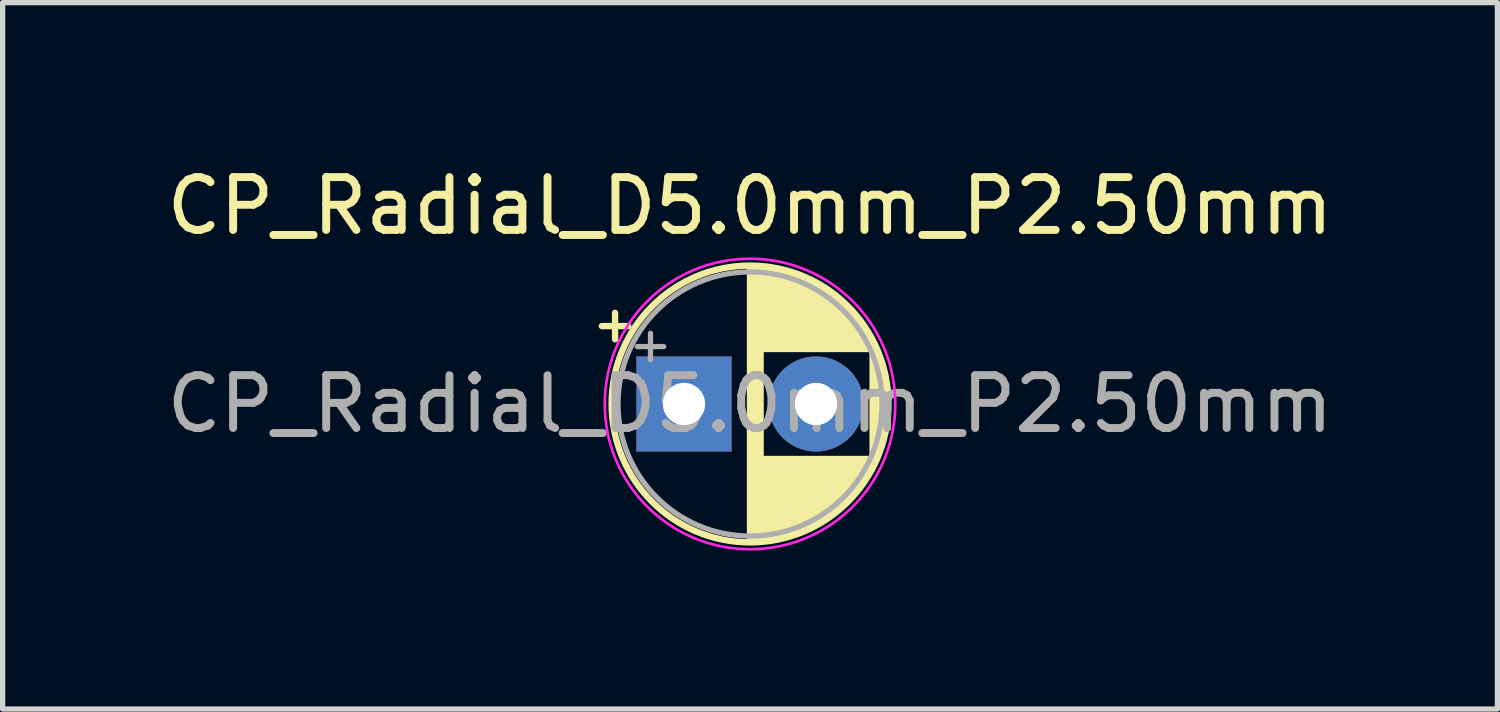
<source format=kicad_pcb>
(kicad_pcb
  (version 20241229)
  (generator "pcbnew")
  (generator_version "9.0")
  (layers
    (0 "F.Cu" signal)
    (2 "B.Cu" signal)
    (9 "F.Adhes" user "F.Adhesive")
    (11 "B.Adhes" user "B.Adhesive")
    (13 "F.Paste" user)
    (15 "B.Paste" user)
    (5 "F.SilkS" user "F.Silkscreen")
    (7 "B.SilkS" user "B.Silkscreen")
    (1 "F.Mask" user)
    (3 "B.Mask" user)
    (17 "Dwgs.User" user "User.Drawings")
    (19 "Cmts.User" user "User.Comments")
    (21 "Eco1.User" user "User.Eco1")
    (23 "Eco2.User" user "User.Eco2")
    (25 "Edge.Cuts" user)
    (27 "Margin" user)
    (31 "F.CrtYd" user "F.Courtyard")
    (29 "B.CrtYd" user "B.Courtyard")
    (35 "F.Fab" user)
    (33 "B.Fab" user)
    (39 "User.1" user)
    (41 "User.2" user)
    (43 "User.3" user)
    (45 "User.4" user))
  (footprint "CP_Radial_D5.0mm_P2.50mm"
    (layer "F.Cu")
    (at 9.899 4.598)
    (property "Reference" "CP_Radial_D5.0mm_P2.50mm" (at 1.25 -3.75 0) (layer "F.SilkS") (effects (font (size 1 1) (thickness 0.15))))
    (attr through_hole)
    (fp_line (start -1.555 -1.475) (end -1.055 -1.475) (stroke (width 0.12) (type solid)) (layer "F.SilkS"))
    (fp_line (start -1.305 -1.725) (end -1.305 -1.225) (stroke (width 0.12) (type solid)) (layer "F.SilkS"))
    (fp_line (start 1.25 -2.58) (end 1.25 2.58) (stroke (width 0.12) (type solid)) (layer "F.SilkS"))
    (fp_line (start 1.29 -2.58) (end 1.29 2.58) (stroke (width 0.12) (type solid)) (layer "F.SilkS"))
    (fp_line (start 1.33 -2.579) (end 1.33 2.579) (stroke (width 0.12) (type solid)) (layer "F.SilkS"))
    (fp_line (start 1.37 -2.578) (end 1.37 2.578) (stroke (width 0.12) (type solid)) (layer "F.SilkS"))
    (fp_line (start 1.41 -2.576) (end 1.41 2.576) (stroke (width 0.12) (type solid)) (layer "F.SilkS"))
    (fp_line (start 1.45 -2.573) (end 1.45 2.573) (stroke (width 0.12) (type solid)) (layer "F.SilkS"))
    (fp_line (start 1.49 -2.569) (end 1.49 -1.04) (stroke (width 0.12) (type solid)) (layer "F.SilkS"))
    (fp_line (start 1.49 1.04) (end 1.49 2.569) (stroke (width 0.12) (type solid)) (layer "F.SilkS"))
    (fp_line (start 1.53 -2.565) (end 1.53 -1.04) (stroke (width 0.12) (type solid)) (layer "F.SilkS"))
    (fp_line (start 1.53 1.04) (end 1.53 2.565) (stroke (width 0.12) (type solid)) (layer "F.SilkS"))
    (fp_line (start 1.57 -2.561) (end 1.57 -1.04) (stroke (width 0.12) (type solid)) (layer "F.SilkS"))
    (fp_line (start 1.57 1.04) (end 1.57 2.561) (stroke (width 0.12) (type solid)) (layer "F.SilkS"))
    (fp_line (start 1.61 -2.556) (end 1.61 -1.04) (stroke (width 0.12) (type solid)) (layer "F.SilkS"))
    (fp_line (start 1.61 1.04) (end 1.61 2.556) (stroke (width 0.12) (type solid)) (layer "F.SilkS"))
    (fp_line (start 1.65 -2.55) (end 1.65 -1.04) (stroke (width 0.12) (type solid)) (layer "F.SilkS"))
    (fp_line (start 1.65 1.04) (end 1.65 2.55) (stroke (width 0.12) (type solid)) (layer "F.SilkS"))
    (fp_line (start 1.69 -2.543) (end 1.69 -1.04) (stroke (width 0.12) (type solid)) (layer "F.SilkS"))
    (fp_line (start 1.69 1.04) (end 1.69 2.543) (stroke (width 0.12) (type solid)) (layer "F.SilkS"))
    (fp_line (start 1.73 -2.536) (end 1.73 -1.04) (stroke (width 0.12) (type solid)) (layer "F.SilkS"))
    (fp_line (start 1.73 1.04) (end 1.73 2.536) (stroke (width 0.12) (type solid)) (layer "F.SilkS"))
    (fp_line (start 1.77 -2.528) (end 1.77 -1.04) (stroke (width 0.12) (type solid)) (layer "F.SilkS"))
    (fp_line (start 1.77 1.04) (end 1.77 2.528) (stroke (width 0.12) (type solid)) (layer "F.SilkS"))
    (fp_line (start 1.81 -2.52) (end 1.81 -1.04) (stroke (width 0.12) (type solid)) (layer "F.SilkS"))
    (fp_line (start 1.81 1.04) (end 1.81 2.52) (stroke (width 0.12) (type solid)) (layer "F.SilkS"))
    (fp_line (start 1.85 -2.511) (end 1.85 -1.04) (stroke (width 0.12) (type solid)) (layer "F.SilkS"))
    (fp_line (start 1.85 1.04) (end 1.85 2.511) (stroke (width 0.12) (type solid)) (layer "F.SilkS"))
    (fp_line (start 1.89 -2.501) (end 1.89 -1.04) (stroke (width 0.12) (type solid)) (layer "F.SilkS"))
    (fp_line (start 1.89 1.04) (end 1.89 2.501) (stroke (width 0.12) (type solid)) (layer "F.SilkS"))
    (fp_line (start 1.93 -2.491) (end 1.93 -1.04) (stroke (width 0.12) (type solid)) (layer "F.SilkS"))
    (fp_line (start 1.93 1.04) (end 1.93 2.491) (stroke (width 0.12) (type solid)) (layer "F.SilkS"))
    (fp_line (start 1.971 -2.48) (end 1.971 -1.04) (stroke (width 0.12) (type solid)) (layer "F.SilkS"))
    (fp_line (start 1.971 1.04) (end 1.971 2.48) (stroke (width 0.12) (type solid)) (layer "F.SilkS"))
    (fp_line (start 2.011 -2.468) (end 2.011 -1.04) (stroke (width 0.12) (type solid)) (layer "F.SilkS"))
    (fp_line (start 2.011 1.04) (end 2.011 2.468) (stroke (width 0.12) (type solid)) (layer "F.SilkS"))
    (fp_line (start 2.051 -2.455) (end 2.051 -1.04) (stroke (width 0.12) (type solid)) (layer "F.SilkS"))
    (fp_line (start 2.051 1.04) (end 2.051 2.455) (stroke (width 0.12) (type solid)) (layer "F.SilkS"))
    (fp_line (start 2.091 -2.442) (end 2.091 -1.04) (stroke (width 0.12) (type solid)) (layer "F.SilkS"))
    (fp_line (start 2.091 1.04) (end 2.091 2.442) (stroke (width 0.12) (type solid)) (layer "F.SilkS"))
    (fp_line (start 2.131 -2.428) (end 2.131 -1.04) (stroke (width 0.12) (type solid)) (layer "F.SilkS"))
    (fp_line (start 2.131 1.04) (end 2.131 2.428) (stroke (width 0.12) (type solid)) (layer "F.SilkS"))
    (fp_line (start 2.171 -2.414) (end 2.171 -1.04) (stroke (width 0.12) (type solid)) (layer "F.SilkS"))
    (fp_line (start 2.171 1.04) (end 2.171 2.414) (stroke (width 0.12) (type solid)) (layer "F.SilkS"))
    (fp_line (start 2.211 -2.398) (end 2.211 -1.04) (stroke (width 0.12) (type solid)) (layer "F.SilkS"))
    (fp_line (start 2.211 1.04) (end 2.211 2.398) (stroke (width 0.12) (type solid)) (layer "F.SilkS"))
    (fp_line (start 2.251 -2.382) (end 2.251 -1.04) (stroke (width 0.12) (type solid)) (layer "F.SilkS"))
    (fp_line (start 2.251 1.04) (end 2.251 2.382) (stroke (width 0.12) (type solid)) (layer "F.SilkS"))
    (fp_line (start 2.291 -2.365) (end 2.291 -1.04) (stroke (width 0.12) (type solid)) (layer "F.SilkS"))
    (fp_line (start 2.291 1.04) (end 2.291 2.365) (stroke (width 0.12) (type solid)) (layer "F.SilkS"))
    (fp_line (start 2.331 -2.348) (end 2.331 -1.04) (stroke (width 0.12) (type solid)) (layer "F.SilkS"))
    (fp_line (start 2.331 1.04) (end 2.331 2.348) (stroke (width 0.12) (type solid)) (layer "F.SilkS"))
    (fp_line (start 2.371 -2.329) (end 2.371 -1.04) (stroke (width 0.12) (type solid)) (layer "F.SilkS"))
    (fp_line (start 2.371 1.04) (end 2.371 2.329) (stroke (width 0.12) (type solid)) (layer "F.SilkS"))
    (fp_line (start 2.411 -2.31) (end 2.411 -1.04) (stroke (width 0.12) (type solid)) (layer "F.SilkS"))
    (fp_line (start 2.411 1.04) (end 2.411 2.31) (stroke (width 0.12) (type solid)) (layer "F.SilkS"))
    (fp_line (start 2.451 -2.29) (end 2.451 -1.04) (stroke (width 0.12) (type solid)) (layer "F.SilkS"))
    (fp_line (start 2.451 1.04) (end 2.451 2.29) (stroke (width 0.12) (type solid)) (layer "F.SilkS"))
    (fp_line (start 2.491 -2.268) (end 2.491 -1.04) (stroke (width 0.12) (type solid)) (layer "F.SilkS"))
    (fp_line (start 2.491 1.04) (end 2.491 2.268) (stroke (width 0.12) (type solid)) (layer "F.SilkS"))
    (fp_line (start 2.531 -2.247) (end 2.531 -1.04) (stroke (width 0.12) (type solid)) (layer "F.SilkS"))
    (fp_line (start 2.531 1.04) (end 2.531 2.247) (stroke (width 0.12) (type solid)) (layer "F.SilkS"))
    (fp_line (start 2.571 -2.224) (end 2.571 -1.04) (stroke (width 0.12) (type solid)) (layer "F.SilkS"))
    (fp_line (start 2.571 1.04) (end 2.571 2.224) (stroke (width 0.12) (type solid)) (layer "F.SilkS"))
    (fp_line (start 2.611 -2.2) (end 2.611 -1.04) (stroke (width 0.12) (type solid)) (layer "F.SilkS"))
    (fp_line (start 2.611 1.04) (end 2.611 2.2) (stroke (width 0.12) (type solid)) (layer "F.SilkS"))
    (fp_line (start 2.651 -2.175) (end 2.651 -1.04) (stroke (width 0.12) (type solid)) (layer "F.SilkS"))
    (fp_line (start 2.651 1.04) (end 2.651 2.175) (stroke (width 0.12) (type solid)) (layer "F.SilkS"))
    (fp_line (start 2.691 -2.149) (end 2.691 -1.04) (stroke (width 0.12) (type solid)) (layer "F.SilkS"))
    (fp_line (start 2.691 1.04) (end 2.691 2.149) (stroke (width 0.12) (type solid)) (layer "F.SilkS"))
    (fp_line (start 2.731 -2.122) (end 2.731 -1.04) (stroke (width 0.12) (type solid)) (layer "F.SilkS"))
    (fp_line (start 2.731 1.04) (end 2.731 2.122) (stroke (width 0.12) (type solid)) (layer "F.SilkS"))
    (fp_line (start 2.771 -2.095) (end 2.771 -1.04) (stroke (width 0.12) (type solid)) (layer "F.SilkS"))
    (fp_line (start 2.771 1.04) (end 2.771 2.095) (stroke (width 0.12) (type solid)) (layer "F.SilkS"))
    (fp_line (start 2.811 -2.065) (end 2.811 -1.04) (stroke (width 0.12) (type solid)) (layer "F.SilkS"))
    (fp_line (start 2.811 1.04) (end 2.811 2.065) (stroke (width 0.12) (type solid)) (layer "F.SilkS"))
    (fp_line (start 2.851 -2.035) (end 2.851 -1.04) (stroke (width 0.12) (type solid)) (layer "F.SilkS"))
    (fp_line (start 2.851 1.04) (end 2.851 2.035) (stroke (width 0.12) (type solid)) (layer "F.SilkS"))
    (fp_line (start 2.891 -2.004) (end 2.891 -1.04) (stroke (width 0.12) (type solid)) (layer "F.SilkS"))
    (fp_line (start 2.891 1.04) (end 2.891 2.004) (stroke (width 0.12) (type solid)) (layer "F.SilkS"))
    (fp_line (start 2.931 -1.971) (end 2.931 -1.04) (stroke (width 0.12) (type solid)) (layer "F.SilkS"))
    (fp_line (start 2.931 1.04) (end 2.931 1.971) (stroke (width 0.12) (type solid)) (layer "F.SilkS"))
    (fp_line (start 2.971 -1.937) (end 2.971 -1.04) (stroke (width 0.12) (type solid)) (layer "F.SilkS"))
    (fp_line (start 2.971 1.04) (end 2.971 1.937) (stroke (width 0.12) (type solid)) (layer "F.SilkS"))
    (fp_line (start 3.011 -1.901) (end 3.011 -1.04) (stroke (width 0.12) (type solid)) (layer "F.SilkS"))
    (fp_line (start 3.011 1.04) (end 3.011 1.901) (stroke (width 0.12) (type solid)) (layer "F.SilkS"))
    (fp_line (start 3.051 -1.864) (end 3.051 -1.04) (stroke (width 0.12) (type solid)) (layer "F.SilkS"))
    (fp_line (start 3.051 1.04) (end 3.051 1.864) (stroke (width 0.12) (type solid)) (layer "F.SilkS"))
    (fp_line (start 3.091 -1.826) (end 3.091 -1.04) (stroke (width 0.12) (type solid)) (layer "F.SilkS"))
    (fp_line (start 3.091 1.04) (end 3.091 1.826) (stroke (width 0.12) (type solid)) (layer "F.SilkS"))
    (fp_line (start 3.131 -1.785) (end 3.131 -1.04) (stroke (width 0.12) (type solid)) (layer "F.SilkS"))
    (fp_line (start 3.131 1.04) (end 3.131 1.785) (stroke (width 0.12) (type solid)) (layer "F.SilkS"))
    (fp_line (start 3.171 -1.743) (end 3.171 -1.04) (stroke (width 0.12) (type solid)) (layer "F.SilkS"))
    (fp_line (start 3.171 1.04) (end 3.171 1.743) (stroke (width 0.12) (type solid)) (layer "F.SilkS"))
    (fp_line (start 3.211 -1.699) (end 3.211 -1.04) (stroke (width 0.12) (type solid)) (layer "F.SilkS"))
    (fp_line (start 3.211 1.04) (end 3.211 1.699) (stroke (width 0.12) (type solid)) (layer "F.SilkS"))
    (fp_line (start 3.251 -1.653) (end 3.251 -1.04) (stroke (width 0.12) (type solid)) (layer "F.SilkS"))
    (fp_line (start 3.251 1.04) (end 3.251 1.653) (stroke (width 0.12) (type solid)) (layer "F.SilkS"))
    (fp_line (start 3.291 -1.605) (end 3.291 -1.04) (stroke (width 0.12) (type solid)) (layer "F.SilkS"))
    (fp_line (start 3.291 1.04) (end 3.291 1.605) (stroke (width 0.12) (type solid)) (layer "F.SilkS"))
    (fp_line (start 3.331 -1.554) (end 3.331 -1.04) (stroke (width 0.12) (type solid)) (layer "F.SilkS"))
    (fp_line (start 3.331 1.04) (end 3.331 1.554) (stroke (width 0.12) (type solid)) (layer "F.SilkS"))
    (fp_line (start 3.371 -1.5) (end 3.371 -1.04) (stroke (width 0.12) (type solid)) (layer "F.SilkS"))
    (fp_line (start 3.371 1.04) (end 3.371 1.5) (stroke (width 0.12) (type solid)) (layer "F.SilkS"))
    (fp_line (start 3.411 -1.443) (end 3.411 -1.04) (stroke (width 0.12) (type solid)) (layer "F.SilkS"))
    (fp_line (start 3.411 1.04) (end 3.411 1.443) (stroke (width 0.12) (type solid)) (layer "F.SilkS"))
    (fp_line (start 3.451 -1.383) (end 3.451 -1.04) (stroke (width 0.12) (type solid)) (layer "F.SilkS"))
    (fp_line (start 3.451 1.04) (end 3.451 1.383) (stroke (width 0.12) (type solid)) (layer "F.SilkS"))
    (fp_line (start 3.491 -1.319) (end 3.491 -1.04) (stroke (width 0.12) (type solid)) (layer "F.SilkS"))
    (fp_line (start 3.491 1.04) (end 3.491 1.319) (stroke (width 0.12) (type solid)) (layer "F.SilkS"))
    (fp_line (start 3.531 -1.251) (end 3.531 -1.04) (stroke (width 0.12) (type solid)) (layer "F.SilkS"))
    (fp_line (start 3.531 1.04) (end 3.531 1.251) (stroke (width 0.12) (type solid)) (layer "F.SilkS"))
    (fp_line (start 3.571 -1.178) (end 3.571 1.178) (stroke (width 0.12) (type solid)) (layer "F.SilkS"))
    (fp_line (start 3.611 -1.098) (end 3.611 1.098) (stroke (width 0.12) (type solid)) (layer "F.SilkS"))
    (fp_line (start 3.651 -1.011) (end 3.651 1.011) (stroke (width 0.12) (type solid)) (layer "F.SilkS"))
    (fp_line (start 3.691 -0.915) (end 3.691 0.915) (stroke (width 0.12) (type solid)) (layer "F.SilkS"))
    (fp_line (start 3.731 -0.805) (end 3.731 0.805) (stroke (width 0.12) (type solid)) (layer "F.SilkS"))
    (fp_line (start 3.771 -0.677) (end 3.771 0.677) (stroke (width 0.12) (type solid)) (layer "F.SilkS"))
    (fp_line (start 3.811 -0.518) (end 3.811 0.518) (stroke (width 0.12) (type solid)) (layer "F.SilkS"))
    (fp_line (start 3.851 -0.284) (end 3.851 0.284) (stroke (width 0.12) (type solid)) (layer "F.SilkS"))
    (fp_circle (center 1.25 0) (end 3.87 0) (stroke (width 0.12) (type solid)) (fill no) (layer "F.SilkS"))
    (fp_circle (center 1.25 0) (end 4 0) (stroke (width 0.05) (type solid)) (fill no) (layer "F.CrtYd"))
    (fp_line (start -0.884 -1.087) (end -0.384 -1.087) (stroke (width 0.1) (type solid)) (layer "F.Fab"))
    (fp_line (start -0.634 -1.337) (end -0.634 -0.838) (stroke (width 0.1) (type solid)) (layer "F.Fab"))
    (fp_circle (center 1.25 0) (end 3.75 0) (stroke (width 0.1) (type solid)) (fill no) (layer "F.Fab"))
    (fp_text user "${REFERENCE}" (at 1.25 0 0) (layer "F.Fab") (effects (font (size 1 1) (thickness 0.15))))
    (pad "1" thru_hole rect (at 0 0) (size 1.8 1.8) (drill 0.8) (layers "*.Cu" "*.Mask"))
    (pad "2" thru_hole circle (at 2.5 0) (size 1.8 1.8) (drill 0.8) (layers "*.Cu" "*.Mask")))
  (gr_rect
    (start -3 -3)
    (end 25.298 10.373)
    (stroke (width 0.1) (type default))
    (fill no)
    (layer "Edge.Cuts")))
</source>
